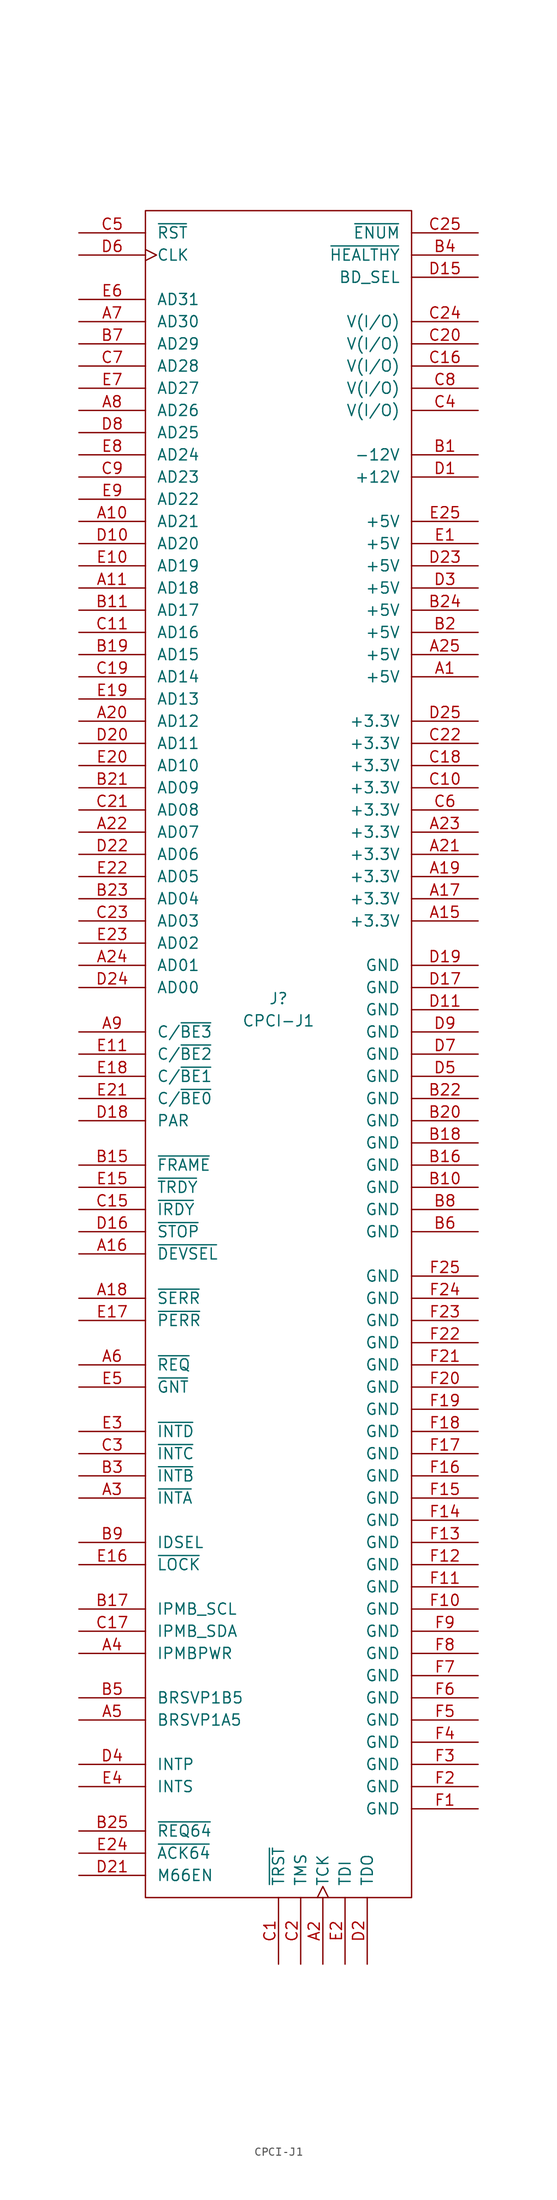
<source format=kicad_sym>
(kicad_symbol_lib
  (version 20230620)
  (generator kicad_symbol_editor)
  (symbol "CPCI-J1"
    (pin_names
      (offset 1.27))
    (property "Reference" "J"
      (at 22.86 -87.63 0)
      (effects (font (size 1.27 1.27))))
    (property "Value" "CPCI-J1"
      (at 22.86 -90.17 0)
      (effects (font (size 1.27 1.27))))
    (symbol "CPCI-J1_0_1"
      (rectangle (start 7.62 2.54) (end 38.1 -190.5) (stroke (width 0) (type default)) (fill (type none))))
    (symbol "CPCI-J1_1_1"
      (pin power_out line (at 45.72 -50.8 180) (length 7.62) (name "+5V" (effects (font (size 1.27 1.27)))) (number "A1" (effects (font (size 1.27 1.27)))))
      (pin bidirectional line (at 0 -33.02 0) (length 7.62) (name "AD21" (effects (font (size 1.27 1.27)))) (number "A10" (effects (font (size 1.27 1.27)))))
      (pin bidirectional line (at 0 -40.64 0) (length 7.62) (name "AD18" (effects (font (size 1.27 1.27)))) (number "A11" (effects (font (size 1.27 1.27)))))
      (pin power_out line (at 45.72 -78.74 180) (length 7.62) (name "+3.3V" (effects (font (size 1.27 1.27)))) (number "A15" (effects (font (size 1.27 1.27)))))
      (pin bidirectional line (at 0 -116.84 0) (length 7.62) (name "~{DEVSEL}" (effects (font (size 1.27 1.27)))) (number "A16" (effects (font (size 1.27 1.27)))))
      (pin power_out line (at 45.72 -76.2 180) (length 7.62) (name "+3.3V" (effects (font (size 1.27 1.27)))) (number "A17" (effects (font (size 1.27 1.27)))))
      (pin bidirectional line (at 0 -121.92 0) (length 7.62) (name "~{SERR}" (effects (font (size 1.27 1.27)))) (number "A18" (effects (font (size 1.27 1.27)))))
      (pin power_out line (at 45.72 -73.66 180) (length 7.62) (name "+3.3V" (effects (font (size 1.27 1.27)))) (number "A19" (effects (font (size 1.27 1.27)))))
      (pin input clock (at 27.94 -198.12 90) (length 7.62) (name "TCK" (effects (font (size 1.27 1.27)))) (number "A2" (effects (font (size 1.27 1.27)))))
      (pin bidirectional line (at 0 -55.88 0) (length 7.62) (name "AD12" (effects (font (size 1.27 1.27)))) (number "A20" (effects (font (size 1.27 1.27)))))
      (pin power_out line (at 45.72 -71.12 180) (length 7.62) (name "+3.3V" (effects (font (size 1.27 1.27)))) (number "A21" (effects (font (size 1.27 1.27)))))
      (pin bidirectional line (at 0 -68.58 0) (length 7.62) (name "AD07" (effects (font (size 1.27 1.27)))) (number "A22" (effects (font (size 1.27 1.27)))))
      (pin power_out line (at 45.72 -68.58 180) (length 7.62) (name "+3.3V" (effects (font (size 1.27 1.27)))) (number "A23" (effects (font (size 1.27 1.27)))))
      (pin bidirectional line (at 0 -83.82 0) (length 7.62) (name "AD01" (effects (font (size 1.27 1.27)))) (number "A24" (effects (font (size 1.27 1.27)))))
      (pin power_out line (at 45.72 -48.26 180) (length 7.62) (name "+5V" (effects (font (size 1.27 1.27)))) (number "A25" (effects (font (size 1.27 1.27)))))
      (pin output line (at 0 -144.78 0) (length 7.62) (name "~{INTA}" (effects (font (size 1.27 1.27)))) (number "A3" (effects (font (size 1.27 1.27)))))
      (pin passive line (at 0 -162.56 0) (length 7.62) (name "IPMBPWR" (effects (font (size 1.27 1.27)))) (number "A4" (effects (font (size 1.27 1.27)))))
      (pin passive line (at 0 -170.18 0) (length 7.62) (name "BRSVP1A5" (effects (font (size 1.27 1.27)))) (number "A5" (effects (font (size 1.27 1.27)))))
      (pin output line (at 0 -129.54 0) (length 7.62) (name "~{REQ}" (effects (font (size 1.27 1.27)))) (number "A6" (effects (font (size 1.27 1.27)))))
      (pin bidirectional line (at 0 -10.16 0) (length 7.62) (name "AD30" (effects (font (size 1.27 1.27)))) (number "A7" (effects (font (size 1.27 1.27)))))
      (pin bidirectional line (at 0 -20.32 0) (length 7.62) (name "AD26" (effects (font (size 1.27 1.27)))) (number "A8" (effects (font (size 1.27 1.27)))))
      (pin bidirectional line (at 0 -91.44 0) (length 7.62) (name "C/~{BE3}" (effects (font (size 1.27 1.27)))) (number "A9" (effects (font (size 1.27 1.27)))))
      (pin power_out line (at 45.72 -25.4 180) (length 7.62) (name "-12V" (effects (font (size 1.27 1.27)))) (number "B1" (effects (font (size 1.27 1.27)))))
      (pin power_in line (at 45.72 -109.22 180) (length 7.62) (name "GND" (effects (font (size 1.27 1.27)))) (number "B10" (effects (font (size 1.27 1.27)))))
      (pin bidirectional line (at 0 -43.18 0) (length 7.62) (name "AD17" (effects (font (size 1.27 1.27)))) (number "B11" (effects (font (size 1.27 1.27)))))
      (pin bidirectional line (at 0 -106.68 0) (length 7.62) (name "~{FRAME}" (effects (font (size 1.27 1.27)))) (number "B15" (effects (font (size 1.27 1.27)))))
      (pin power_in line (at 45.72 -106.68 180) (length 7.62) (name "GND" (effects (font (size 1.27 1.27)))) (number "B16" (effects (font (size 1.27 1.27)))))
      (pin passive line (at 0 -157.48 0) (length 7.62) (name "IPMB_SCL" (effects (font (size 1.27 1.27)))) (number "B17" (effects (font (size 1.27 1.27)))))
      (pin power_in line (at 45.72 -104.14 180) (length 7.62) (name "GND" (effects (font (size 1.27 1.27)))) (number "B18" (effects (font (size 1.27 1.27)))))
      (pin bidirectional line (at 0 -48.26 0) (length 7.62) (name "AD15" (effects (font (size 1.27 1.27)))) (number "B19" (effects (font (size 1.27 1.27)))))
      (pin power_out line (at 45.72 -45.72 180) (length 7.62) (name "+5V" (effects (font (size 1.27 1.27)))) (number "B2" (effects (font (size 1.27 1.27)))))
      (pin power_in line (at 45.72 -101.6 180) (length 7.62) (name "GND" (effects (font (size 1.27 1.27)))) (number "B20" (effects (font (size 1.27 1.27)))))
      (pin bidirectional line (at 0 -63.5 0) (length 7.62) (name "AD09" (effects (font (size 1.27 1.27)))) (number "B21" (effects (font (size 1.27 1.27)))))
      (pin power_in line (at 45.72 -99.06 180) (length 7.62) (name "GND" (effects (font (size 1.27 1.27)))) (number "B22" (effects (font (size 1.27 1.27)))))
      (pin bidirectional line (at 0 -76.2 0) (length 7.62) (name "AD04" (effects (font (size 1.27 1.27)))) (number "B23" (effects (font (size 1.27 1.27)))))
      (pin power_out line (at 45.72 -43.18 180) (length 7.62) (name "+5V" (effects (font (size 1.27 1.27)))) (number "B24" (effects (font (size 1.27 1.27)))))
      (pin bidirectional line (at 0 -182.88 0) (length 7.62) (name "~{REQ64}" (effects (font (size 1.27 1.27)))) (number "B25" (effects (font (size 1.27 1.27)))))
      (pin output line (at 0 -142.24 0) (length 7.62) (name "~{INTB}" (effects (font (size 1.27 1.27)))) (number "B3" (effects (font (size 1.27 1.27)))))
      (pin passive line (at 45.72 -2.54 180) (length 7.62) (name "~{HEALTHY}" (effects (font (size 1.27 1.27)))) (number "B4" (effects (font (size 1.27 1.27)))))
      (pin passive line (at 0 -167.64 0) (length 7.62) (name "BRSVP1B5" (effects (font (size 1.27 1.27)))) (number "B5" (effects (font (size 1.27 1.27)))))
      (pin power_in line (at 45.72 -114.3 180) (length 7.62) (name "GND" (effects (font (size 1.27 1.27)))) (number "B6" (effects (font (size 1.27 1.27)))))
      (pin bidirectional line (at 0 -12.7 0) (length 7.62) (name "AD29" (effects (font (size 1.27 1.27)))) (number "B7" (effects (font (size 1.27 1.27)))))
      (pin power_in line (at 45.72 -111.76 180) (length 7.62) (name "GND" (effects (font (size 1.27 1.27)))) (number "B8" (effects (font (size 1.27 1.27)))))
      (pin input line (at 0 -149.86 0) (length 7.62) (name "IDSEL" (effects (font (size 1.27 1.27)))) (number "B9" (effects (font (size 1.27 1.27)))))
      (pin input line (at 22.86 -198.12 90) (length 7.62) (name "~{TRST}" (effects (font (size 1.27 1.27)))) (number "C1" (effects (font (size 1.27 1.27)))))
      (pin power_out line (at 45.72 -63.5 180) (length 7.62) (name "+3.3V" (effects (font (size 1.27 1.27)))) (number "C10" (effects (font (size 1.27 1.27)))))
      (pin bidirectional line (at 0 -45.72 0) (length 7.62) (name "AD16" (effects (font (size 1.27 1.27)))) (number "C11" (effects (font (size 1.27 1.27)))))
      (pin bidirectional line (at 0 -111.76 0) (length 7.62) (name "~{IRDY}" (effects (font (size 1.27 1.27)))) (number "C15" (effects (font (size 1.27 1.27)))))
      (pin power_out line (at 45.72 -15.24 180) (length 7.62) (name "V(I/O)" (effects (font (size 1.27 1.27)))) (number "C16" (effects (font (size 1.27 1.27)))))
      (pin passive line (at 0 -160.02 0) (length 7.62) (name "IPMB_SDA" (effects (font (size 1.27 1.27)))) (number "C17" (effects (font (size 1.27 1.27)))))
      (pin power_out line (at 45.72 -60.96 180) (length 7.62) (name "+3.3V" (effects (font (size 1.27 1.27)))) (number "C18" (effects (font (size 1.27 1.27)))))
      (pin bidirectional line (at 0 -50.8 0) (length 7.62) (name "AD14" (effects (font (size 1.27 1.27)))) (number "C19" (effects (font (size 1.27 1.27)))))
      (pin input line (at 25.4 -198.12 90) (length 7.62) (name "TMS" (effects (font (size 1.27 1.27)))) (number "C2" (effects (font (size 1.27 1.27)))))
      (pin power_out line (at 45.72 -12.7 180) (length 7.62) (name "V(I/O)" (effects (font (size 1.27 1.27)))) (number "C20" (effects (font (size 1.27 1.27)))))
      (pin bidirectional line (at 0 -66.04 0) (length 7.62) (name "AD08" (effects (font (size 1.27 1.27)))) (number "C21" (effects (font (size 1.27 1.27)))))
      (pin power_out line (at 45.72 -58.42 180) (length 7.62) (name "+3.3V" (effects (font (size 1.27 1.27)))) (number "C22" (effects (font (size 1.27 1.27)))))
      (pin bidirectional line (at 0 -78.74 0) (length 7.62) (name "AD03" (effects (font (size 1.27 1.27)))) (number "C23" (effects (font (size 1.27 1.27)))))
      (pin power_out line (at 45.72 -10.16 180) (length 7.62) (name "V(I/O)" (effects (font (size 1.27 1.27)))) (number "C24" (effects (font (size 1.27 1.27)))))
      (pin passive line (at 45.72 0 180) (length 7.62) (name "~{ENUM}" (effects (font (size 1.27 1.27)))) (number "C25" (effects (font (size 1.27 1.27)))))
      (pin output line (at 0 -139.7 0) (length 7.62) (name "~{INTC}" (effects (font (size 1.27 1.27)))) (number "C3" (effects (font (size 1.27 1.27)))))
      (pin power_out line (at 45.72 -20.32 180) (length 7.62) (name "V(I/O)" (effects (font (size 1.27 1.27)))) (number "C4" (effects (font (size 1.27 1.27)))))
      (pin input line (at 0 0 0) (length 7.62) (name "~{RST}" (effects (font (size 1.27 1.27)))) (number "C5" (effects (font (size 1.27 1.27)))))
      (pin power_out line (at 45.72 -66.04 180) (length 7.62) (name "+3.3V" (effects (font (size 1.27 1.27)))) (number "C6" (effects (font (size 1.27 1.27)))))
      (pin bidirectional line (at 0 -15.24 0) (length 7.62) (name "AD28" (effects (font (size 1.27 1.27)))) (number "C7" (effects (font (size 1.27 1.27)))))
      (pin power_out line (at 45.72 -17.78 180) (length 7.62) (name "V(I/O)" (effects (font (size 1.27 1.27)))) (number "C8" (effects (font (size 1.27 1.27)))))
      (pin bidirectional line (at 0 -27.94 0) (length 7.62) (name "AD23" (effects (font (size 1.27 1.27)))) (number "C9" (effects (font (size 1.27 1.27)))))
      (pin power_out line (at 45.72 -27.94 180) (length 7.62) (name "+12V" (effects (font (size 1.27 1.27)))) (number "D1" (effects (font (size 1.27 1.27)))))
      (pin bidirectional line (at 0 -35.56 0) (length 7.62) (name "AD20" (effects (font (size 1.27 1.27)))) (number "D10" (effects (font (size 1.27 1.27)))))
      (pin power_in line (at 45.72 -88.9 180) (length 7.62) (name "GND" (effects (font (size 1.27 1.27)))) (number "D11" (effects (font (size 1.27 1.27)))))
      (pin passive line (at 45.72 -5.08 180) (length 7.62) (name "BD_SEL" (effects (font (size 1.27 1.27)))) (number "D15" (effects (font (size 1.27 1.27)))))
      (pin bidirectional line (at 0 -114.3 0) (length 7.62) (name "~{STOP}" (effects (font (size 1.27 1.27)))) (number "D16" (effects (font (size 1.27 1.27)))))
      (pin power_in line (at 45.72 -86.36 180) (length 7.62) (name "GND" (effects (font (size 1.27 1.27)))) (number "D17" (effects (font (size 1.27 1.27)))))
      (pin bidirectional line (at 0 -101.6 0) (length 7.62) (name "PAR" (effects (font (size 1.27 1.27)))) (number "D18" (effects (font (size 1.27 1.27)))))
      (pin power_in line (at 45.72 -83.82 180) (length 7.62) (name "GND" (effects (font (size 1.27 1.27)))) (number "D19" (effects (font (size 1.27 1.27)))))
      (pin output line (at 33.02 -198.12 90) (length 7.62) (name "TDO" (effects (font (size 1.27 1.27)))) (number "D2" (effects (font (size 1.27 1.27)))))
      (pin bidirectional line (at 0 -58.42 0) (length 7.62) (name "AD11" (effects (font (size 1.27 1.27)))) (number "D20" (effects (font (size 1.27 1.27)))))
      (pin passive line (at 0 -187.96 0) (length 7.62) (name "M66EN" (effects (font (size 1.27 1.27)))) (number "D21" (effects (font (size 1.27 1.27)))))
      (pin bidirectional line (at 0 -71.12 0) (length 7.62) (name "AD06" (effects (font (size 1.27 1.27)))) (number "D22" (effects (font (size 1.27 1.27)))))
      (pin power_out line (at 45.72 -38.1 180) (length 7.62) (name "+5V" (effects (font (size 1.27 1.27)))) (number "D23" (effects (font (size 1.27 1.27)))))
      (pin bidirectional line (at 0 -86.36 0) (length 7.62) (name "AD00" (effects (font (size 1.27 1.27)))) (number "D24" (effects (font (size 1.27 1.27)))))
      (pin power_out line (at 45.72 -55.88 180) (length 7.62) (name "+3.3V" (effects (font (size 1.27 1.27)))) (number "D25" (effects (font (size 1.27 1.27)))))
      (pin power_out line (at 45.72 -40.64 180) (length 7.62) (name "+5V" (effects (font (size 1.27 1.27)))) (number "D3" (effects (font (size 1.27 1.27)))))
      (pin passive line (at 0 -175.26 0) (length 7.62) (name "INTP" (effects (font (size 1.27 1.27)))) (number "D4" (effects (font (size 1.27 1.27)))))
      (pin power_in line (at 45.72 -96.52 180) (length 7.62) (name "GND" (effects (font (size 1.27 1.27)))) (number "D5" (effects (font (size 1.27 1.27)))))
      (pin output clock (at 0 -2.54 0) (length 7.62) (name "CLK" (effects (font (size 1.27 1.27)))) (number "D6" (effects (font (size 1.27 1.27)))))
      (pin power_in line (at 45.72 -93.98 180) (length 7.62) (name "GND" (effects (font (size 1.27 1.27)))) (number "D7" (effects (font (size 1.27 1.27)))))
      (pin bidirectional line (at 0 -22.86 0) (length 7.62) (name "AD25" (effects (font (size 1.27 1.27)))) (number "D8" (effects (font (size 1.27 1.27)))))
      (pin power_in line (at 45.72 -91.44 180) (length 7.62) (name "GND" (effects (font (size 1.27 1.27)))) (number "D9" (effects (font (size 1.27 1.27)))))
      (pin power_out line (at 45.72 -35.56 180) (length 7.62) (name "+5V" (effects (font (size 1.27 1.27)))) (number "E1" (effects (font (size 1.27 1.27)))))
      (pin bidirectional line (at 0 -38.1 0) (length 7.62) (name "AD19" (effects (font (size 1.27 1.27)))) (number "E10" (effects (font (size 1.27 1.27)))))
      (pin bidirectional line (at 0 -93.98 0) (length 7.62) (name "C/~{BE2}" (effects (font (size 1.27 1.27)))) (number "E11" (effects (font (size 1.27 1.27)))))
      (pin bidirectional line (at 0 -109.22 0) (length 7.62) (name "~{TRDY}" (effects (font (size 1.27 1.27)))) (number "E15" (effects (font (size 1.27 1.27)))))
      (pin bidirectional line (at 0 -152.4 0) (length 7.62) (name "~{LOCK}" (effects (font (size 1.27 1.27)))) (number "E16" (effects (font (size 1.27 1.27)))))
      (pin bidirectional line (at 0 -124.46 0) (length 7.62) (name "~{PERR}" (effects (font (size 1.27 1.27)))) (number "E17" (effects (font (size 1.27 1.27)))))
      (pin bidirectional line (at 0 -96.52 0) (length 7.62) (name "C/~{BE1}" (effects (font (size 1.27 1.27)))) (number "E18" (effects (font (size 1.27 1.27)))))
      (pin bidirectional line (at 0 -53.34 0) (length 7.62) (name "AD13" (effects (font (size 1.27 1.27)))) (number "E19" (effects (font (size 1.27 1.27)))))
      (pin input line (at 30.48 -198.12 90) (length 7.62) (name "TDI" (effects (font (size 1.27 1.27)))) (number "E2" (effects (font (size 1.27 1.27)))))
      (pin bidirectional line (at 0 -60.96 0) (length 7.62) (name "AD10" (effects (font (size 1.27 1.27)))) (number "E20" (effects (font (size 1.27 1.27)))))
      (pin bidirectional line (at 0 -99.06 0) (length 7.62) (name "C/~{BE0}" (effects (font (size 1.27 1.27)))) (number "E21" (effects (font (size 1.27 1.27)))))
      (pin bidirectional line (at 0 -73.66 0) (length 7.62) (name "AD05" (effects (font (size 1.27 1.27)))) (number "E22" (effects (font (size 1.27 1.27)))))
      (pin bidirectional line (at 0 -81.28 0) (length 7.62) (name "AD02" (effects (font (size 1.27 1.27)))) (number "E23" (effects (font (size 1.27 1.27)))))
      (pin bidirectional line (at 0 -185.42 0) (length 7.62) (name "~{ACK64}" (effects (font (size 1.27 1.27)))) (number "E24" (effects (font (size 1.27 1.27)))))
      (pin power_out line (at 45.72 -33.02 180) (length 7.62) (name "+5V" (effects (font (size 1.27 1.27)))) (number "E25" (effects (font (size 1.27 1.27)))))
      (pin output line (at 0 -137.16 0) (length 7.62) (name "~{INTD}" (effects (font (size 1.27 1.27)))) (number "E3" (effects (font (size 1.27 1.27)))))
      (pin passive line (at 0 -177.8 0) (length 7.62) (name "INTS" (effects (font (size 1.27 1.27)))) (number "E4" (effects (font (size 1.27 1.27)))))
      (pin input line (at 0 -132.08 0) (length 7.62) (name "~{GNT}" (effects (font (size 1.27 1.27)))) (number "E5" (effects (font (size 1.27 1.27)))))
      (pin bidirectional line (at 0 -7.62 0) (length 7.62) (name "AD31" (effects (font (size 1.27 1.27)))) (number "E6" (effects (font (size 1.27 1.27)))))
      (pin bidirectional line (at 0 -17.78 0) (length 7.62) (name "AD27" (effects (font (size 1.27 1.27)))) (number "E7" (effects (font (size 1.27 1.27)))))
      (pin bidirectional line (at 0 -25.4 0) (length 7.62) (name "AD24" (effects (font (size 1.27 1.27)))) (number "E8" (effects (font (size 1.27 1.27)))))
      (pin bidirectional line (at 0 -30.48 0) (length 7.62) (name "AD22" (effects (font (size 1.27 1.27)))) (number "E9" (effects (font (size 1.27 1.27)))))
      (pin power_in line (at 45.72 -180.34 180) (length 7.62) (name "GND" (effects (font (size 1.27 1.27)))) (number "F1" (effects (font (size 1.27 1.27)))))
      (pin power_in line (at 45.72 -157.48 180) (length 7.62) (name "GND" (effects (font (size 1.27 1.27)))) (number "F10" (effects (font (size 1.27 1.27)))))
      (pin power_in line (at 45.72 -154.94 180) (length 7.62) (name "GND" (effects (font (size 1.27 1.27)))) (number "F11" (effects (font (size 1.27 1.27)))))
      (pin power_in line (at 45.72 -152.4 180) (length 7.62) (name "GND" (effects (font (size 1.27 1.27)))) (number "F12" (effects (font (size 1.27 1.27)))))
      (pin power_in line (at 45.72 -149.86 180) (length 7.62) (name "GND" (effects (font (size 1.27 1.27)))) (number "F13" (effects (font (size 1.27 1.27)))))
      (pin power_in line (at 45.72 -147.32 180) (length 7.62) (name "GND" (effects (font (size 1.27 1.27)))) (number "F14" (effects (font (size 1.27 1.27)))))
      (pin power_in line (at 45.72 -144.78 180) (length 7.62) (name "GND" (effects (font (size 1.27 1.27)))) (number "F15" (effects (font (size 1.27 1.27)))))
      (pin power_in line (at 45.72 -142.24 180) (length 7.62) (name "GND" (effects (font (size 1.27 1.27)))) (number "F16" (effects (font (size 1.27 1.27)))))
      (pin power_in line (at 45.72 -139.7 180) (length 7.62) (name "GND" (effects (font (size 1.27 1.27)))) (number "F17" (effects (font (size 1.27 1.27)))))
      (pin power_in line (at 45.72 -137.16 180) (length 7.62) (name "GND" (effects (font (size 1.27 1.27)))) (number "F18" (effects (font (size 1.27 1.27)))))
      (pin power_in line (at 45.72 -134.62 180) (length 7.62) (name "GND" (effects (font (size 1.27 1.27)))) (number "F19" (effects (font (size 1.27 1.27)))))
      (pin power_in line (at 45.72 -177.8 180) (length 7.62) (name "GND" (effects (font (size 1.27 1.27)))) (number "F2" (effects (font (size 1.27 1.27)))))
      (pin power_in line (at 45.72 -132.08 180) (length 7.62) (name "GND" (effects (font (size 1.27 1.27)))) (number "F20" (effects (font (size 1.27 1.27)))))
      (pin power_in line (at 45.72 -129.54 180) (length 7.62) (name "GND" (effects (font (size 1.27 1.27)))) (number "F21" (effects (font (size 1.27 1.27)))))
      (pin power_in line (at 45.72 -127 180) (length 7.62) (name "GND" (effects (font (size 1.27 1.27)))) (number "F22" (effects (font (size 1.27 1.27)))))
      (pin power_in line (at 45.72 -124.46 180) (length 7.62) (name "GND" (effects (font (size 1.27 1.27)))) (number "F23" (effects (font (size 1.27 1.27)))))
      (pin power_in line (at 45.72 -121.92 180) (length 7.62) (name "GND" (effects (font (size 1.27 1.27)))) (number "F24" (effects (font (size 1.27 1.27)))))
      (pin power_in line (at 45.72 -119.38 180) (length 7.62) (name "GND" (effects (font (size 1.27 1.27)))) (number "F25" (effects (font (size 1.27 1.27)))))
      (pin power_in line (at 45.72 -175.26 180) (length 7.62) (name "GND" (effects (font (size 1.27 1.27)))) (number "F3" (effects (font (size 1.27 1.27)))))
      (pin power_in line (at 45.72 -172.72 180) (length 7.62) (name "GND" (effects (font (size 1.27 1.27)))) (number "F4" (effects (font (size 1.27 1.27)))))
      (pin power_in line (at 45.72 -170.18 180) (length 7.62) (name "GND" (effects (font (size 1.27 1.27)))) (number "F5" (effects (font (size 1.27 1.27)))))
      (pin power_in line (at 45.72 -167.64 180) (length 7.62) (name "GND" (effects (font (size 1.27 1.27)))) (number "F6" (effects (font (size 1.27 1.27)))))
      (pin power_in line (at 45.72 -165.1 180) (length 7.62) (name "GND" (effects (font (size 1.27 1.27)))) (number "F7" (effects (font (size 1.27 1.27)))))
      (pin power_in line (at 45.72 -162.56 180) (length 7.62) (name "GND" (effects (font (size 1.27 1.27)))) (number "F8" (effects (font (size 1.27 1.27)))))
      (pin power_in line (at 45.72 -160.02 180) (length 7.62) (name "GND" (effects (font (size 1.27 1.27)))) (number "F9" (effects (font (size 1.27 1.27))))))))
</source>
